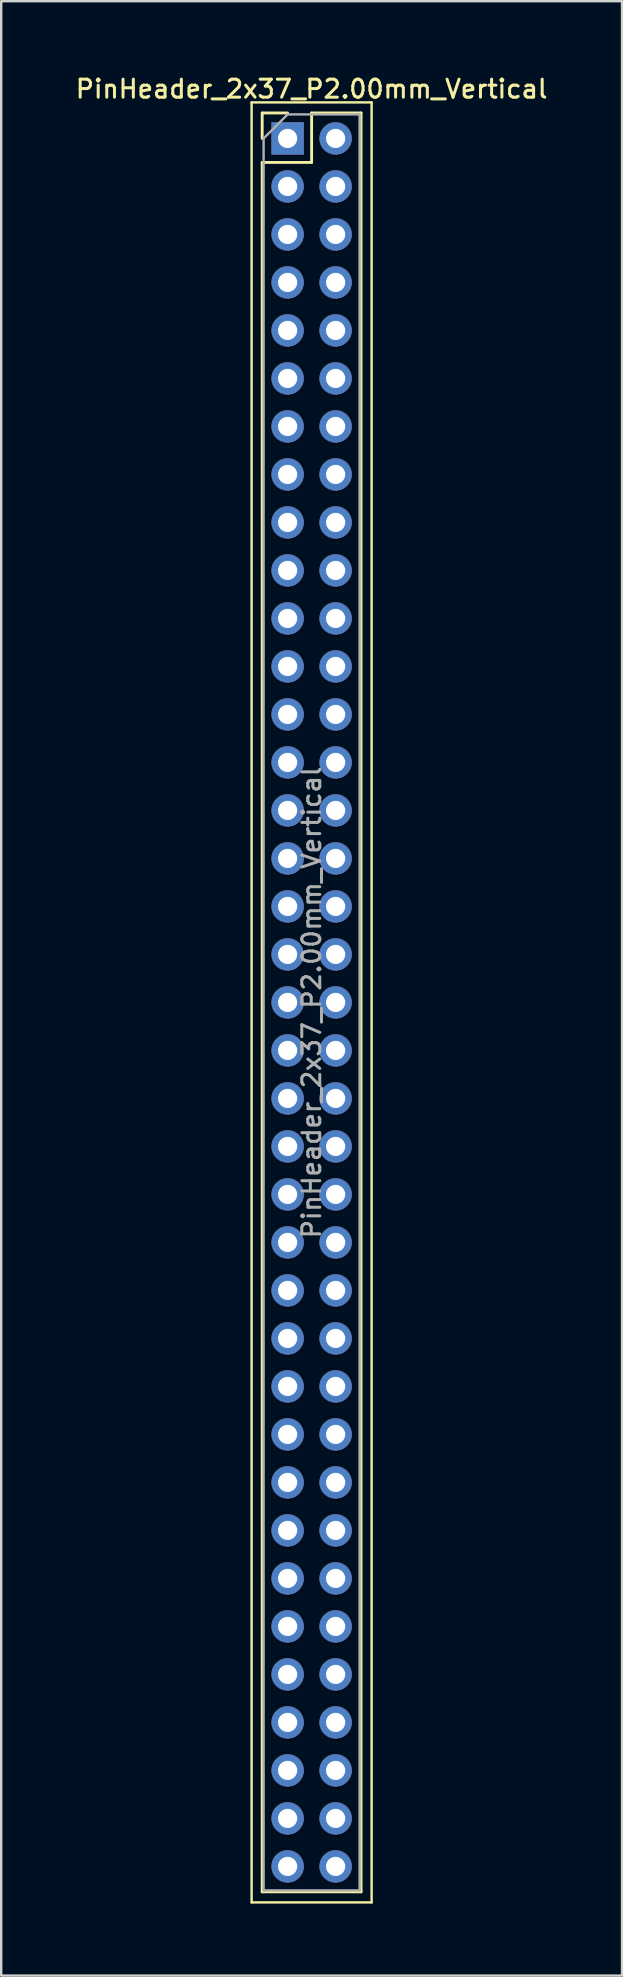
<source format=kicad_pcb>
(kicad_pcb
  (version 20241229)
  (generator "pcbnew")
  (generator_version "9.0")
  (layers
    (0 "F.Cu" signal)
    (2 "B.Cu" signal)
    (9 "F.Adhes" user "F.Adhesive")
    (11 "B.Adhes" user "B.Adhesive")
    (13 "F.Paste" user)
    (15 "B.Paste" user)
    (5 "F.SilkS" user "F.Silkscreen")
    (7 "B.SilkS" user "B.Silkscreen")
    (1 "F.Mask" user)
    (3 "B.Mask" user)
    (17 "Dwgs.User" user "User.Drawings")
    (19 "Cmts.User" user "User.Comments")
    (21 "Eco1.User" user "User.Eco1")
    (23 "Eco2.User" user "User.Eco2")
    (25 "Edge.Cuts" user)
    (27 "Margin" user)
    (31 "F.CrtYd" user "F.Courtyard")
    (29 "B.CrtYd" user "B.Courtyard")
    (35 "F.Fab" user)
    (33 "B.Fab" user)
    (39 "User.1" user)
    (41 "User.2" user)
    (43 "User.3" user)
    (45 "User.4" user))
  (footprint "PinHeader_2x37_P2.00mm_Vertical"
    (layer "F.Cu")
    (at 8.934 2.718)
    (property "Reference" "PinHeader_2x37_P2.00mm_Vertical" (at 1 -2.06 0) (layer "F.SilkS") (effects (font (size 0.75 0.75) (thickness 0.125))))
    (attr through_hole)
    (fp_line (start -1.5 -1.5) (end -1.5 73.5) (stroke (width 0.1) (type solid)) (layer "F.SilkS"))
    (fp_line (start -1.5 73.5) (end 3.5 73.5) (stroke (width 0.1) (type solid)) (layer "F.SilkS"))
    (fp_line (start -1.06 -1.06) (end 0 -1.06) (stroke (width 0.12) (type solid)) (layer "F.SilkS"))
    (fp_line (start -1.06 0) (end -1.06 -1.06) (stroke (width 0.12) (type solid)) (layer "F.SilkS"))
    (fp_line (start -1.06 1) (end -1.06 73.06) (stroke (width 0.12) (type solid)) (layer "F.SilkS"))
    (fp_line (start -1.06 1) (end 1 1) (stroke (width 0.12) (type solid)) (layer "F.SilkS"))
    (fp_line (start -1.06 73.06) (end 3.06 73.06) (stroke (width 0.12) (type solid)) (layer "F.SilkS"))
    (fp_line (start 1 -1.06) (end 3.06 -1.06) (stroke (width 0.12) (type solid)) (layer "F.SilkS"))
    (fp_line (start 1 1) (end 1 -1.06) (stroke (width 0.12) (type solid)) (layer "F.SilkS"))
    (fp_line (start 3.06 -1.06) (end 3.06 73.06) (stroke (width 0.12) (type solid)) (layer "F.SilkS"))
    (fp_line (start 3.5 -1.5) (end -1.5 -1.5) (stroke (width 0.1) (type solid)) (layer "F.SilkS"))
    (fp_line (start 3.5 73.5) (end 3.5 -1.5) (stroke (width 0.1) (type solid)) (layer "F.SilkS"))
    (fp_line (start -1 0) (end 0 -1) (stroke (width 0.1) (type solid)) (layer "F.Fab"))
    (fp_line (start -1 73) (end -1 0) (stroke (width 0.1) (type solid)) (layer "F.Fab"))
    (fp_line (start 0 -1) (end 3 -1) (stroke (width 0.1) (type solid)) (layer "F.Fab"))
    (fp_line (start 3 -1) (end 3 73) (stroke (width 0.1) (type solid)) (layer "F.Fab"))
    (fp_line (start 3 73) (end -1 73) (stroke (width 0.1) (type solid)) (layer "F.Fab"))
    (fp_text user "${REFERENCE}" (at 1 36 90) (layer "F.Fab") (effects (font (size 0.75 0.75) (thickness 0.125))))
    (pad "1" thru_hole rect (at 0 0) (size 1.35 1.35) (drill 0.8) (layers "*.Cu" "*.Mask"))
    (pad "2" thru_hole oval (at 2 0) (size 1.35 1.35) (drill 0.8) (layers "*.Cu" "*.Mask"))
    (pad "3" thru_hole oval (at 0 2) (size 1.35 1.35) (drill 0.8) (layers "*.Cu" "*.Mask"))
    (pad "4" thru_hole oval (at 2 2) (size 1.35 1.35) (drill 0.8) (layers "*.Cu" "*.Mask"))
    (pad "5" thru_hole oval (at 0 4) (size 1.35 1.35) (drill 0.8) (layers "*.Cu" "*.Mask"))
    (pad "6" thru_hole oval (at 2 4) (size 1.35 1.35) (drill 0.8) (layers "*.Cu" "*.Mask"))
    (pad "7" thru_hole oval (at 0 6) (size 1.35 1.35) (drill 0.8) (layers "*.Cu" "*.Mask"))
    (pad "8" thru_hole oval (at 2 6) (size 1.35 1.35) (drill 0.8) (layers "*.Cu" "*.Mask"))
    (pad "9" thru_hole oval (at 0 8) (size 1.35 1.35) (drill 0.8) (layers "*.Cu" "*.Mask"))
    (pad "10" thru_hole oval (at 2 8) (size 1.35 1.35) (drill 0.8) (layers "*.Cu" "*.Mask"))
    (pad "11" thru_hole oval (at 0 10) (size 1.35 1.35) (drill 0.8) (layers "*.Cu" "*.Mask"))
    (pad "12" thru_hole oval (at 2 10) (size 1.35 1.35) (drill 0.8) (layers "*.Cu" "*.Mask"))
    (pad "13" thru_hole oval (at 0 12) (size 1.35 1.35) (drill 0.8) (layers "*.Cu" "*.Mask"))
    (pad "14" thru_hole oval (at 2 12) (size 1.35 1.35) (drill 0.8) (layers "*.Cu" "*.Mask"))
    (pad "15" thru_hole oval (at 0 14) (size 1.35 1.35) (drill 0.8) (layers "*.Cu" "*.Mask"))
    (pad "16" thru_hole oval (at 2 14) (size 1.35 1.35) (drill 0.8) (layers "*.Cu" "*.Mask"))
    (pad "17" thru_hole oval (at 0 16) (size 1.35 1.35) (drill 0.8) (layers "*.Cu" "*.Mask"))
    (pad "18" thru_hole oval (at 2 16) (size 1.35 1.35) (drill 0.8) (layers "*.Cu" "*.Mask"))
    (pad "19" thru_hole oval (at 0 18) (size 1.35 1.35) (drill 0.8) (layers "*.Cu" "*.Mask"))
    (pad "20" thru_hole oval (at 2 18) (size 1.35 1.35) (drill 0.8) (layers "*.Cu" "*.Mask"))
    (pad "21" thru_hole oval (at 0 20) (size 1.35 1.35) (drill 0.8) (layers "*.Cu" "*.Mask"))
    (pad "22" thru_hole oval (at 2 20) (size 1.35 1.35) (drill 0.8) (layers "*.Cu" "*.Mask"))
    (pad "23" thru_hole oval (at 0 22) (size 1.35 1.35) (drill 0.8) (layers "*.Cu" "*.Mask"))
    (pad "24" thru_hole oval (at 2 22) (size 1.35 1.35) (drill 0.8) (layers "*.Cu" "*.Mask"))
    (pad "25" thru_hole oval (at 0 24) (size 1.35 1.35) (drill 0.8) (layers "*.Cu" "*.Mask"))
    (pad "26" thru_hole oval (at 2 24) (size 1.35 1.35) (drill 0.8) (layers "*.Cu" "*.Mask"))
    (pad "27" thru_hole oval (at 0 26) (size 1.35 1.35) (drill 0.8) (layers "*.Cu" "*.Mask"))
    (pad "28" thru_hole oval (at 2 26) (size 1.35 1.35) (drill 0.8) (layers "*.Cu" "*.Mask"))
    (pad "29" thru_hole oval (at 0 28) (size 1.35 1.35) (drill 0.8) (layers "*.Cu" "*.Mask"))
    (pad "30" thru_hole oval (at 2 28) (size 1.35 1.35) (drill 0.8) (layers "*.Cu" "*.Mask"))
    (pad "31" thru_hole oval (at 0 30) (size 1.35 1.35) (drill 0.8) (layers "*.Cu" "*.Mask"))
    (pad "32" thru_hole oval (at 2 30) (size 1.35 1.35) (drill 0.8) (layers "*.Cu" "*.Mask"))
    (pad "33" thru_hole oval (at 0 32) (size 1.35 1.35) (drill 0.8) (layers "*.Cu" "*.Mask"))
    (pad "34" thru_hole oval (at 2 32) (size 1.35 1.35) (drill 0.8) (layers "*.Cu" "*.Mask"))
    (pad "35" thru_hole oval (at 0 34) (size 1.35 1.35) (drill 0.8) (layers "*.Cu" "*.Mask"))
    (pad "36" thru_hole oval (at 2 34) (size 1.35 1.35) (drill 0.8) (layers "*.Cu" "*.Mask"))
    (pad "37" thru_hole oval (at 0 36) (size 1.35 1.35) (drill 0.8) (layers "*.Cu" "*.Mask"))
    (pad "38" thru_hole oval (at 2 36) (size 1.35 1.35) (drill 0.8) (layers "*.Cu" "*.Mask"))
    (pad "39" thru_hole oval (at 0 38) (size 1.35 1.35) (drill 0.8) (layers "*.Cu" "*.Mask"))
    (pad "40" thru_hole oval (at 2 38) (size 1.35 1.35) (drill 0.8) (layers "*.Cu" "*.Mask"))
    (pad "41" thru_hole oval (at 0 40) (size 1.35 1.35) (drill 0.8) (layers "*.Cu" "*.Mask"))
    (pad "42" thru_hole oval (at 2 40) (size 1.35 1.35) (drill 0.8) (layers "*.Cu" "*.Mask"))
    (pad "43" thru_hole oval (at 0 42) (size 1.35 1.35) (drill 0.8) (layers "*.Cu" "*.Mask"))
    (pad "44" thru_hole oval (at 2 42) (size 1.35 1.35) (drill 0.8) (layers "*.Cu" "*.Mask"))
    (pad "45" thru_hole oval (at 0 44) (size 1.35 1.35) (drill 0.8) (layers "*.Cu" "*.Mask"))
    (pad "46" thru_hole oval (at 2 44) (size 1.35 1.35) (drill 0.8) (layers "*.Cu" "*.Mask"))
    (pad "47" thru_hole oval (at 0 46) (size 1.35 1.35) (drill 0.8) (layers "*.Cu" "*.Mask"))
    (pad "48" thru_hole oval (at 2 46) (size 1.35 1.35) (drill 0.8) (layers "*.Cu" "*.Mask"))
    (pad "49" thru_hole oval (at 0 48) (size 1.35 1.35) (drill 0.8) (layers "*.Cu" "*.Mask"))
    (pad "50" thru_hole oval (at 2 48) (size 1.35 1.35) (drill 0.8) (layers "*.Cu" "*.Mask"))
    (pad "51" thru_hole oval (at 0 50) (size 1.35 1.35) (drill 0.8) (layers "*.Cu" "*.Mask"))
    (pad "52" thru_hole oval (at 2 50) (size 1.35 1.35) (drill 0.8) (layers "*.Cu" "*.Mask"))
    (pad "53" thru_hole oval (at 0 52) (size 1.35 1.35) (drill 0.8) (layers "*.Cu" "*.Mask"))
    (pad "54" thru_hole oval (at 2 52) (size 1.35 1.35) (drill 0.8) (layers "*.Cu" "*.Mask"))
    (pad "55" thru_hole oval (at 0 54) (size 1.35 1.35) (drill 0.8) (layers "*.Cu" "*.Mask"))
    (pad "56" thru_hole oval (at 2 54) (size 1.35 1.35) (drill 0.8) (layers "*.Cu" "*.Mask"))
    (pad "57" thru_hole oval (at 0 56) (size 1.35 1.35) (drill 0.8) (layers "*.Cu" "*.Mask"))
    (pad "58" thru_hole oval (at 2 56) (size 1.35 1.35) (drill 0.8) (layers "*.Cu" "*.Mask"))
    (pad "59" thru_hole oval (at 0 58) (size 1.35 1.35) (drill 0.8) (layers "*.Cu" "*.Mask"))
    (pad "60" thru_hole oval (at 2 58) (size 1.35 1.35) (drill 0.8) (layers "*.Cu" "*.Mask"))
    (pad "61" thru_hole oval (at 0 60) (size 1.35 1.35) (drill 0.8) (layers "*.Cu" "*.Mask"))
    (pad "62" thru_hole oval (at 2 60) (size 1.35 1.35) (drill 0.8) (layers "*.Cu" "*.Mask"))
    (pad "63" thru_hole oval (at 0 62) (size 1.35 1.35) (drill 0.8) (layers "*.Cu" "*.Mask"))
    (pad "64" thru_hole oval (at 2 62) (size 1.35 1.35) (drill 0.8) (layers "*.Cu" "*.Mask"))
    (pad "65" thru_hole oval (at 0 64) (size 1.35 1.35) (drill 0.8) (layers "*.Cu" "*.Mask"))
    (pad "66" thru_hole oval (at 2 64) (size 1.35 1.35) (drill 0.8) (layers "*.Cu" "*.Mask"))
    (pad "67" thru_hole oval (at 0 66) (size 1.35 1.35) (drill 0.8) (layers "*.Cu" "*.Mask"))
    (pad "68" thru_hole oval (at 2 66) (size 1.35 1.35) (drill 0.8) (layers "*.Cu" "*.Mask"))
    (pad "69" thru_hole oval (at 0 68) (size 1.35 1.35) (drill 0.8) (layers "*.Cu" "*.Mask"))
    (pad "70" thru_hole oval (at 2 68) (size 1.35 1.35) (drill 0.8) (layers "*.Cu" "*.Mask"))
    (pad "71" thru_hole oval (at 0 70) (size 1.35 1.35) (drill 0.8) (layers "*.Cu" "*.Mask"))
    (pad "72" thru_hole oval (at 2 70) (size 1.35 1.35) (drill 0.8) (layers "*.Cu" "*.Mask"))
    (pad "73" thru_hole oval (at 0 72) (size 1.35 1.35) (drill 0.8) (layers "*.Cu" "*.Mask"))
    (pad "74" thru_hole oval (at 2 72) (size 1.35 1.35) (drill 0.8) (layers "*.Cu" "*.Mask")))
  (gr_rect
    (start -3 -3)
    (end 22.868 79.268)
    (stroke (width 0.1) (type default))
    (fill no)
    (layer "Edge.Cuts")))
</source>
